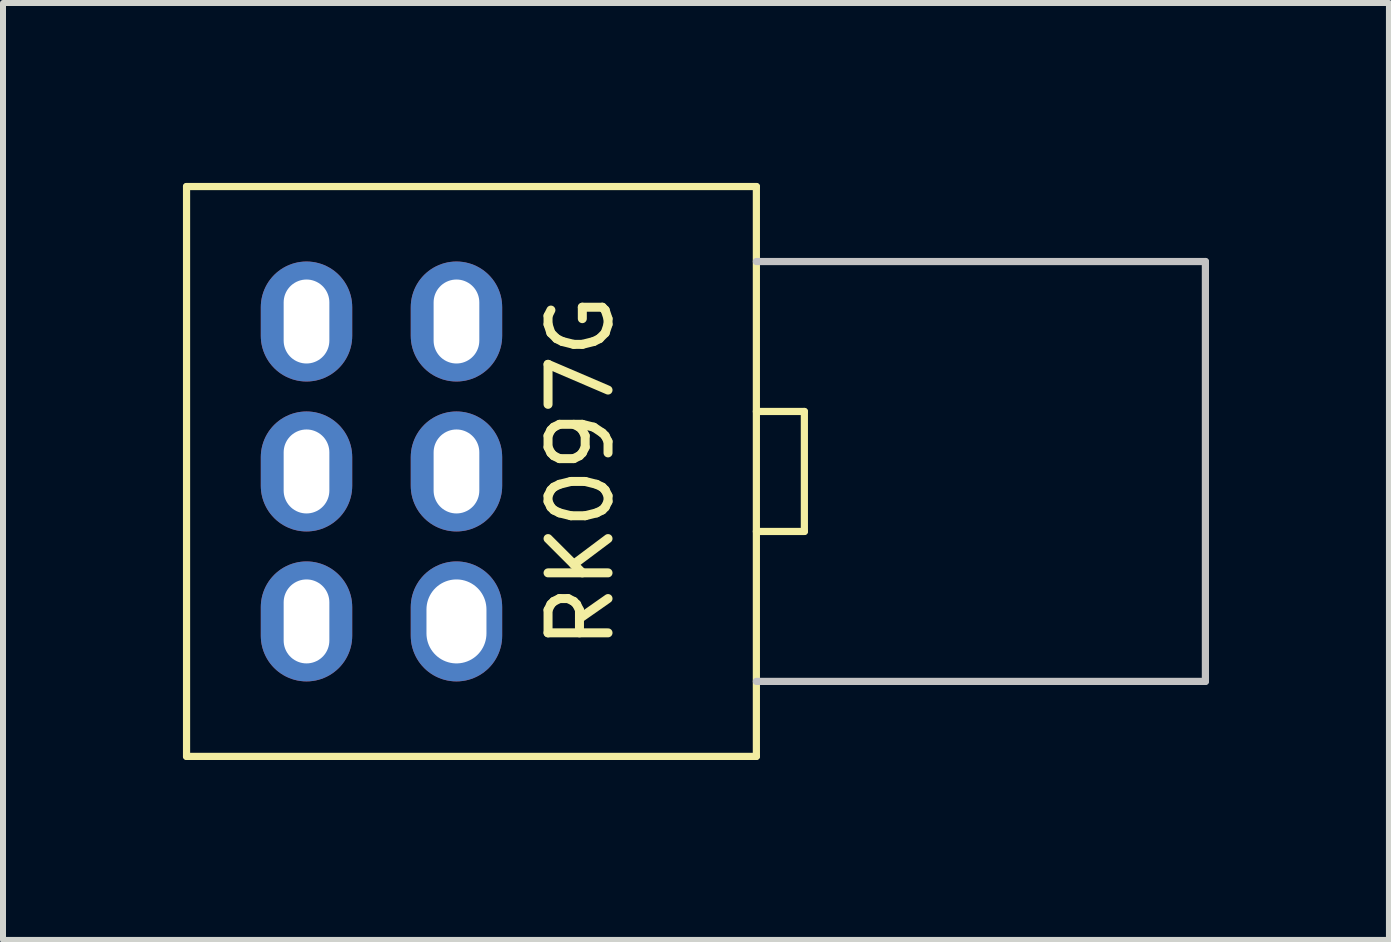
<source format=kicad_pcb>
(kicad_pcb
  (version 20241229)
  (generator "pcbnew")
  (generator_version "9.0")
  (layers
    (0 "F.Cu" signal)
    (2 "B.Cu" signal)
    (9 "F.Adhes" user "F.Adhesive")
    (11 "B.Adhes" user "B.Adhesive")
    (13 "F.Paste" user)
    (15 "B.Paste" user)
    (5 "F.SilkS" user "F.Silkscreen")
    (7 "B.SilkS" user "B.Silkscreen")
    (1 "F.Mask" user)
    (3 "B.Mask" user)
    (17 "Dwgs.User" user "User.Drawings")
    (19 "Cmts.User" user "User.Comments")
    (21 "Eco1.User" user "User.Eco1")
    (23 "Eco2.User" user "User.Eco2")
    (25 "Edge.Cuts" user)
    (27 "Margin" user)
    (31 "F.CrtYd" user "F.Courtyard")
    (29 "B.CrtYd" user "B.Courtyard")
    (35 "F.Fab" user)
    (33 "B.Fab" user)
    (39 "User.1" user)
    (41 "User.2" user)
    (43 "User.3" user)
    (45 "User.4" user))
  (footprint "RK097G"
    (layer "F.Cu")
    (at 2.06 4.81)
    (property "Reference" "RK097G" (at 4.572 0 90) (layer "F.SilkS") (effects (font (size 1 1) (thickness 0.15))))
    (attr through_hole)
    (fp_line (start -2 -4.75) (end 7.5 -4.75) (stroke (width 0.12) (type solid)) (layer "F.SilkS"))
    (fp_line (start -2 4.75) (end -2 -4.75) (stroke (width 0.12) (type solid)) (layer "F.SilkS"))
    (fp_line (start -2 4.75) (end 7.5 4.75) (stroke (width 0.12) (type solid)) (layer "F.SilkS"))
    (fp_line (start 7.5 -1) (end 8.3 -1) (stroke (width 0.12) (type solid)) (layer "F.SilkS"))
    (fp_line (start 7.5 1) (end 8.3 1) (stroke (width 0.12) (type solid)) (layer "F.SilkS"))
    (fp_line (start 7.5 4.75) (end 7.5 -4.75) (stroke (width 0.12) (type solid)) (layer "F.SilkS"))
    (fp_line (start 8.3 -1) (end 8.3 1) (stroke (width 0.12) (type solid)) (layer "F.SilkS"))
    (fp_line (start 7.5 -3.5) (end 14.986 -3.5) (stroke (width 0.12) (type solid)) (layer "Dwgs.User"))
    (fp_line (start 7.5 3.5) (end 14.986 3.5) (stroke (width 0.12) (type solid)) (layer "Dwgs.User"))
    (fp_line (start 14.986 3.5) (end 14.986 -3.5) (stroke (width 0.12) (type solid)) (layer "Dwgs.User"))
    (pad "1" thru_hole oval (at 2.5 2.5) (size 1.524 2) (drill oval 1 1.4) (layers "*.Cu" "*.Mask"))
    (pad "2" thru_hole oval (at 2.5 0) (size 1.524 2) (drill oval 0.762 1.4) (layers "*.Cu" "*.Mask"))
    (pad "3" thru_hole oval (at 2.5 -2.5) (size 1.524 2) (drill oval 0.762 1.4) (layers "*.Cu" "*.Mask"))
    (pad "4" thru_hole oval (at 0 2.5) (size 1.524 2) (drill oval 0.762 1.4) (layers "*.Cu" "*.Mask"))
    (pad "5" thru_hole oval (at 0 0) (size 1.524 2) (drill oval 0.762 1.4) (layers "*.Cu" "*.Mask"))
    (pad "6" thru_hole oval (at 0 -2.5) (size 1.524 2) (drill oval 0.762 1.4) (layers "*.Cu" "*.Mask")))
  (gr_rect
    (start -3 -3)
    (end 20.106 12.62)
    (stroke (width 0.1) (type default))
    (fill no)
    (layer "Edge.Cuts")))
</source>
